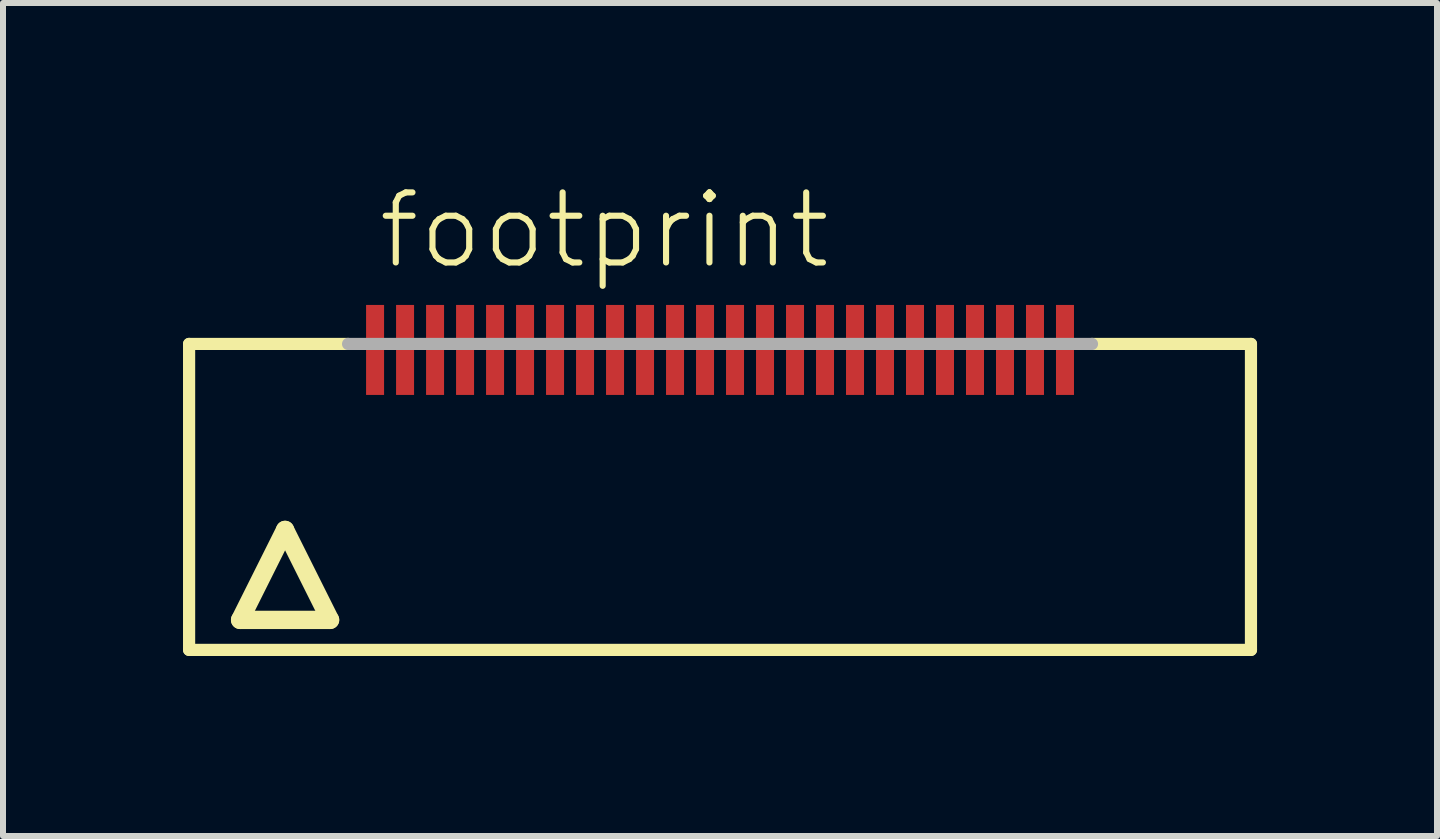
<source format=kicad_pcb>
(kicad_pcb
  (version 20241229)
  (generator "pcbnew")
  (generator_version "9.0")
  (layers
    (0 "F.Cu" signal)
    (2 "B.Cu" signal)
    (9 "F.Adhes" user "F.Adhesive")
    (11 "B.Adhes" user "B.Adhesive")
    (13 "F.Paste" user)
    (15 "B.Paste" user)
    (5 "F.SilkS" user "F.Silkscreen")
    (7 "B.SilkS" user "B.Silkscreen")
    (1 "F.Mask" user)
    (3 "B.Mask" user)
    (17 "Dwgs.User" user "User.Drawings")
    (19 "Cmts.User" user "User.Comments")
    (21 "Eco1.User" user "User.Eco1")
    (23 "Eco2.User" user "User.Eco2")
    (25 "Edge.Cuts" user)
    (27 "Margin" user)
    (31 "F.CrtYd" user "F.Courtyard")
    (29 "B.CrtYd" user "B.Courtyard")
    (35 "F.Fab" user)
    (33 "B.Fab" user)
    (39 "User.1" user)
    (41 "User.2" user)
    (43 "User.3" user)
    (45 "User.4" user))
  (footprint "footprint"
    (layer "F.Cu")
    (at 8.952 5.283)
    (property "Reference" "footprint" (at -5.75 -3.81 0) (layer "F.SilkS") (effects (font (size 1.168 1.168) (thickness 0.102)) (justify left bottom)))
    (fp_line (start -8.85 -2.6) (end -6.2 -2.6) (stroke (width 0.203) (type solid)) (layer "F.SilkS"))
    (fp_line (start -8.85 2.5) (end -8.85 -2.6) (stroke (width 0.203) (type solid)) (layer "F.SilkS"))
    (fp_line (start -8 2) (end -6.5 2) (stroke (width 0.305) (type solid)) (layer "F.SilkS"))
    (fp_line (start -7.25 0.5) (end -8 2) (stroke (width 0.305) (type solid)) (layer "F.SilkS"))
    (fp_line (start -6.5 2) (end -7.25 0.5) (stroke (width 0.305) (type solid)) (layer "F.SilkS"))
    (fp_line (start 6.2 -2.6) (end 8.85 -2.6) (stroke (width 0.203) (type solid)) (layer "F.SilkS"))
    (fp_line (start 8.85 -2.6) (end 8.85 2.5) (stroke (width 0.203) (type solid)) (layer "F.SilkS"))
    (fp_line (start 8.85 2.5) (end -8.85 2.5) (stroke (width 0.203) (type solid)) (layer "F.SilkS"))
    (fp_line (start -6.2 -2.6) (end 6.2 -2.6) (stroke (width 0.203) (type solid)) (layer "F.Fab"))
    (pad "1" smd rect (at -5.75 -2.5) (size 0.3 1.5) (layers "F.Cu" "F.Mask" "F.Paste"))
    (pad "2" smd rect (at -5.25 -2.5) (size 0.3 1.5) (layers "F.Cu" "F.Mask" "F.Paste"))
    (pad "3" smd rect (at -4.75 -2.5) (size 0.3 1.5) (layers "F.Cu" "F.Mask" "F.Paste"))
    (pad "4" smd rect (at -4.25 -2.5) (size 0.3 1.5) (layers "F.Cu" "F.Mask" "F.Paste"))
    (pad "5" smd rect (at -3.75 -2.5) (size 0.3 1.5) (layers "F.Cu" "F.Mask" "F.Paste"))
    (pad "6" smd rect (at -3.25 -2.5) (size 0.3 1.5) (layers "F.Cu" "F.Mask" "F.Paste"))
    (pad "7" smd rect (at -2.75 -2.5) (size 0.3 1.5) (layers "F.Cu" "F.Mask" "F.Paste"))
    (pad "8" smd rect (at -2.25 -2.5) (size 0.3 1.5) (layers "F.Cu" "F.Mask" "F.Paste"))
    (pad "9" smd rect (at -1.75 -2.5) (size 0.3 1.5) (layers "F.Cu" "F.Mask" "F.Paste"))
    (pad "10" smd rect (at -1.25 -2.5) (size 0.3 1.5) (layers "F.Cu" "F.Mask" "F.Paste"))
    (pad "11" smd rect (at -0.75 -2.5) (size 0.3 1.5) (layers "F.Cu" "F.Mask" "F.Paste"))
    (pad "12" smd rect (at -0.25 -2.5) (size 0.3 1.5) (layers "F.Cu" "F.Mask" "F.Paste"))
    (pad "13" smd rect (at 0.25 -2.5) (size 0.3 1.5) (layers "F.Cu" "F.Mask" "F.Paste"))
    (pad "14" smd rect (at 0.75 -2.5) (size 0.3 1.5) (layers "F.Cu" "F.Mask" "F.Paste"))
    (pad "15" smd rect (at 1.25 -2.5) (size 0.3 1.5) (layers "F.Cu" "F.Mask" "F.Paste"))
    (pad "16" smd rect (at 1.75 -2.5) (size 0.3 1.5) (layers "F.Cu" "F.Mask" "F.Paste"))
    (pad "17" smd rect (at 2.25 -2.5) (size 0.3 1.5) (layers "F.Cu" "F.Mask" "F.Paste"))
    (pad "18" smd rect (at 2.75 -2.5) (size 0.3 1.5) (layers "F.Cu" "F.Mask" "F.Paste"))
    (pad "19" smd rect (at 3.25 -2.5) (size 0.3 1.5) (layers "F.Cu" "F.Mask" "F.Paste"))
    (pad "20" smd rect (at 3.75 -2.5) (size 0.3 1.5) (layers "F.Cu" "F.Mask" "F.Paste"))
    (pad "21" smd rect (at 4.25 -2.5) (size 0.3 1.5) (layers "F.Cu" "F.Mask" "F.Paste"))
    (pad "22" smd rect (at 4.75 -2.5) (size 0.3 1.5) (layers "F.Cu" "F.Mask" "F.Paste"))
    (pad "23" smd rect (at 5.25 -2.5) (size 0.3 1.5) (layers "F.Cu" "F.Mask" "F.Paste"))
    (pad "24" smd rect (at 5.75 -2.5) (size 0.3 1.5) (layers "F.Cu" "F.Mask" "F.Paste")))
  (gr_rect
    (start -3 -3)
    (end 20.903 10.885)
    (stroke (width 0.1) (type default))
    (fill no)
    (layer "Edge.Cuts")))
</source>
